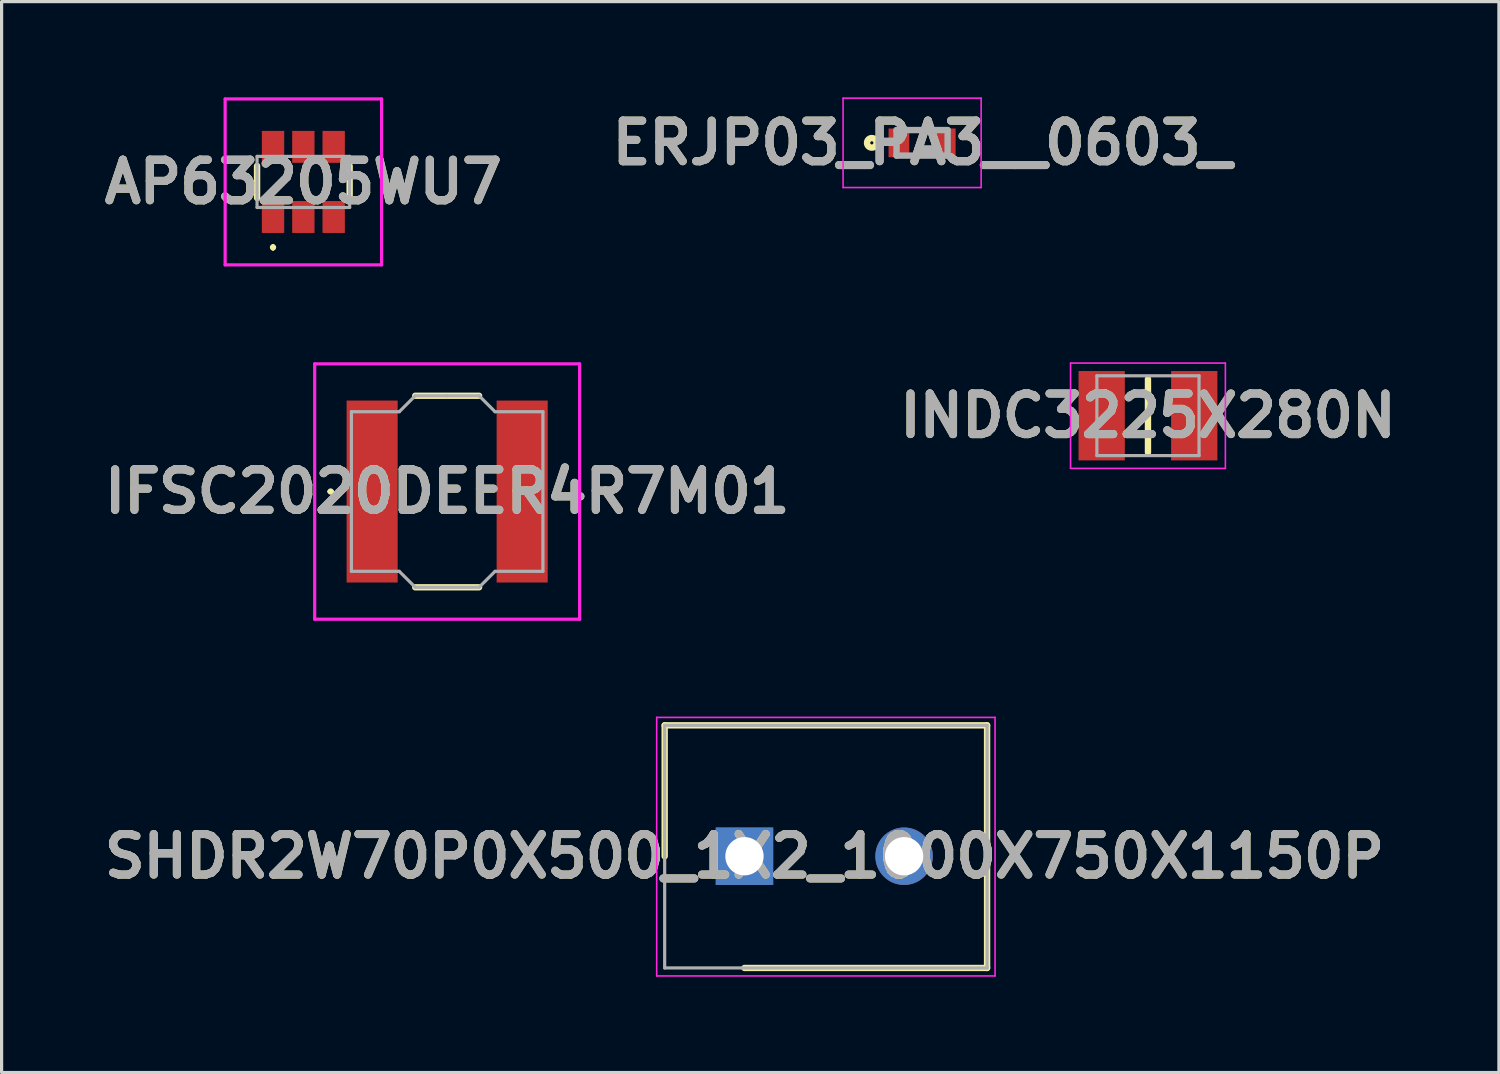
<source format=kicad_pcb>
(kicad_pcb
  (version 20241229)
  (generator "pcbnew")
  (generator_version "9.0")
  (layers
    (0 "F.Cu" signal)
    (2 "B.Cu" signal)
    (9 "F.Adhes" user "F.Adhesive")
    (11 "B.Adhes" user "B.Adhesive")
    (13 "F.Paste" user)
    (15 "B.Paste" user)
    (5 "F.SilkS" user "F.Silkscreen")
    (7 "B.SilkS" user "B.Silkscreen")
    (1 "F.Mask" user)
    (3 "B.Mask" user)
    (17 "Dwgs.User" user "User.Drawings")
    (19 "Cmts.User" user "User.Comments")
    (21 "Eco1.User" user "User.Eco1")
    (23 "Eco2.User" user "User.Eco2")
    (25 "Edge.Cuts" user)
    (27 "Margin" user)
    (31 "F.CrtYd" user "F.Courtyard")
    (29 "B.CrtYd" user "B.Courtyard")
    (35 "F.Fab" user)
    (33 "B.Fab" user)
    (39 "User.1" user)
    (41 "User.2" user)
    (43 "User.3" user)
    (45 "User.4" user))
  (footprint "AP63205WU7"
    (layer "F.Cu")
    (at 6.453 2.649)
    (property "Reference" "AP63205WU7" (at 0 0 0) (layer "F.SilkS") (effects (font (size 1.27 1.27) (thickness 0.254))))
    (attr smd)
    (fp_line (start -1.45 -0.5) (end -1.45 0.5) (stroke (width 0.2) (type solid)) (layer "F.SilkS"))
    (fp_line (start -0.95 2) (end -0.95 2) (stroke (width 0.1) (type solid)) (layer "F.SilkS"))
    (fp_line (start -0.95 2.1) (end -0.95 2.1) (stroke (width 0.1) (type solid)) (layer "F.SilkS"))
    (fp_line (start 1.45 -0.5) (end 1.45 0.5) (stroke (width 0.2) (type solid)) (layer "F.SilkS"))
    (fp_arc (start -0.95 2) (mid -0.9 2.05) (end -0.95 2.1) (stroke (width 0.1) (type solid)) (layer "F.SilkS"))
    (fp_arc (start -0.95 2.1) (mid -1 2.05) (end -0.95 2) (stroke (width 0.1) (type solid)) (layer "F.SilkS"))
    (fp_line (start -2.45 -2.599) (end 2.45 -2.599) (stroke (width 0.1) (type solid)) (layer "F.CrtYd"))
    (fp_line (start -2.45 2.599) (end -2.45 -2.599) (stroke (width 0.1) (type solid)) (layer "F.CrtYd"))
    (fp_line (start 2.45 -2.599) (end 2.45 2.599) (stroke (width 0.1) (type solid)) (layer "F.CrtYd"))
    (fp_line (start 2.45 2.599) (end -2.45 2.599) (stroke (width 0.1) (type solid)) (layer "F.CrtYd"))
    (fp_line (start -1.45 -0.8) (end 1.45 -0.8) (stroke (width 0.1) (type solid)) (layer "F.Fab"))
    (fp_line (start -1.45 0.8) (end -1.45 -0.8) (stroke (width 0.1) (type solid)) (layer "F.Fab"))
    (fp_line (start 1.45 -0.8) (end 1.45 0.8) (stroke (width 0.1) (type solid)) (layer "F.Fab"))
    (fp_line (start 1.45 0.8) (end -1.45 0.8) (stroke (width 0.1) (type solid)) (layer "F.Fab"))
    (fp_text user "${REFERENCE}" (at 0 0 0) (layer "F.Fab") (effects (font (size 1.27 1.27) (thickness 0.254))))
    (pad "1" smd rect (at -0.95 1.099) (size 0.7 1) (layers "F.Cu" "F.Mask" "F.Paste"))
    (pad "2" smd rect (at 0 1.099) (size 0.7 1) (layers "F.Cu" "F.Mask" "F.Paste"))
    (pad "3" smd rect (at 0.95 1.099) (size 0.7 1) (layers "F.Cu" "F.Mask" "F.Paste"))
    (pad "4" smd rect (at 0.95 -1.099) (size 0.7 1) (layers "F.Cu" "F.Mask" "F.Paste"))
    (pad "5" smd rect (at 0 -1.099) (size 0.7 1) (layers "F.Cu" "F.Mask" "F.Paste"))
    (pad "6" smd rect (at -0.95 -1.099) (size 0.7 1) (layers "F.Cu" "F.Mask" "F.Paste")))
  (footprint "SHDR2W70P0X500_1X2_1000X750X1150P"
    (layer "F.Cu")
    (at 20.272 23.773)
    (property "Reference" "SHDR2W70P0X500_1X2_1000X750X1150P" (at 0 0 0) (layer "F.SilkS") (effects (font (size 1.27 1.27) (thickness 0.254))))
    (attr through_hole)
    (fp_line (start -2.5 -4.1) (end -2.5 0) (stroke (width 0.2) (type solid)) (layer "F.SilkS"))
    (fp_line (start 0 3.5) (end 7.6 3.5) (stroke (width 0.2) (type solid)) (layer "F.SilkS"))
    (fp_line (start 7.6 -4.1) (end -2.5 -4.1) (stroke (width 0.2) (type solid)) (layer "F.SilkS"))
    (fp_line (start 7.6 3.5) (end 7.6 -4.1) (stroke (width 0.2) (type solid)) (layer "F.SilkS"))
    (fp_line (start -2.75 -4.35) (end 7.85 -4.35) (stroke (width 0.05) (type solid)) (layer "F.CrtYd"))
    (fp_line (start -2.75 3.75) (end -2.75 -4.35) (stroke (width 0.05) (type solid)) (layer "F.CrtYd"))
    (fp_line (start 7.85 -4.35) (end 7.85 3.75) (stroke (width 0.05) (type solid)) (layer "F.CrtYd"))
    (fp_line (start 7.85 3.75) (end -2.75 3.75) (stroke (width 0.05) (type solid)) (layer "F.CrtYd"))
    (fp_line (start -2.5 -4.1) (end 7.6 -4.1) (stroke (width 0.1) (type solid)) (layer "F.Fab"))
    (fp_line (start -2.5 3.5) (end -2.5 -4.1) (stroke (width 0.1) (type solid)) (layer "F.Fab"))
    (fp_line (start 7.6 -4.1) (end 7.6 3.5) (stroke (width 0.1) (type solid)) (layer "F.Fab"))
    (fp_line (start 7.6 3.5) (end -2.5 3.5) (stroke (width 0.1) (type solid)) (layer "F.Fab"))
    (fp_text user "${REFERENCE}" (at 0 0 0) (layer "F.Fab") (effects (font (size 1.27 1.27) (thickness 0.254))))
    (pad "1" thru_hole rect (at 0 0) (size 1.8 1.8) (drill 1.2) (layers "*.Cu" "*.Mask"))
    (pad "2" thru_hole circle (at 5 0) (size 1.8 1.8) (drill 1.2) (layers "*.Cu" "*.Mask")))
  (footprint "ERJP03_PA3__0603_"
    (layer "F.Cu")
    (at 25.836 1.425)
    (property "Reference" "ERJP03_PA3__0603_" (at 0 0 0) (layer "F.SilkS") (effects (font (size 1.27 1.27) (thickness 0.254))))
    (attr smd)
    (fp_circle (center -1.575 0) (end -1.575 0.05) (stroke (width 0.2) (type solid)) (fill no) (layer "F.SilkS"))
    (fp_line (start -2.475 -1.4) (end 1.85 -1.4) (stroke (width 0.05) (type solid)) (layer "F.CrtYd"))
    (fp_line (start -2.475 1.4) (end -2.475 -1.4) (stroke (width 0.05) (type solid)) (layer "F.CrtYd"))
    (fp_line (start 1.85 -1.4) (end 1.85 1.4) (stroke (width 0.05) (type solid)) (layer "F.CrtYd"))
    (fp_line (start 1.85 1.4) (end -2.475 1.4) (stroke (width 0.05) (type solid)) (layer "F.CrtYd"))
    (fp_line (start -0.8 -0.4) (end 0.8 -0.4) (stroke (width 0.2) (type solid)) (layer "F.Fab"))
    (fp_line (start -0.8 0.4) (end -0.8 -0.4) (stroke (width 0.2) (type solid)) (layer "F.Fab"))
    (fp_line (start 0.8 -0.4) (end 0.8 0.4) (stroke (width 0.2) (type solid)) (layer "F.Fab"))
    (fp_line (start 0.8 0.4) (end -0.8 0.4) (stroke (width 0.2) (type solid)) (layer "F.Fab"))
    (fp_text user "${REFERENCE}" (at 0 0 0) (layer "F.Fab") (effects (font (size 1.27 1.27) (thickness 0.254))))
    (pad "1" smd rect (at -0.725 0) (size 0.65 0.9) (layers "F.Cu" "F.Mask" "F.Paste"))
    (pad "2" smd rect (at 0.725 0) (size 0.65 0.9) (layers "F.Cu" "F.Mask" "F.Paste")))
  (footprint "INDC3225X280N"
    (layer "F.Cu")
    (at 32.912 9.973)
    (property "Reference" "INDC3225X280N" (at 0 0 0) (layer "F.SilkS") (effects (font (size 1.27 1.27) (thickness 0.254))))
    (attr smd)
    (fp_line (start 0 -1.15) (end 0 1.15) (stroke (width 0.2) (type solid)) (layer "F.SilkS"))
    (fp_line (start -2.425 -1.65) (end 2.425 -1.65) (stroke (width 0.05) (type solid)) (layer "F.CrtYd"))
    (fp_line (start -2.425 1.65) (end -2.425 -1.65) (stroke (width 0.05) (type solid)) (layer "F.CrtYd"))
    (fp_line (start 2.425 -1.65) (end 2.425 1.65) (stroke (width 0.05) (type solid)) (layer "F.CrtYd"))
    (fp_line (start 2.425 1.65) (end -2.425 1.65) (stroke (width 0.05) (type solid)) (layer "F.CrtYd"))
    (fp_line (start -1.6 -1.25) (end 1.6 -1.25) (stroke (width 0.1) (type solid)) (layer "F.Fab"))
    (fp_line (start -1.6 1.25) (end -1.6 -1.25) (stroke (width 0.1) (type solid)) (layer "F.Fab"))
    (fp_line (start 1.6 -1.25) (end 1.6 1.25) (stroke (width 0.1) (type solid)) (layer "F.Fab"))
    (fp_line (start 1.6 1.25) (end -1.6 1.25) (stroke (width 0.1) (type solid)) (layer "F.Fab"))
    (fp_text user "${REFERENCE}" (at 0 0 0) (layer "F.Fab") (effects (font (size 1.27 1.27) (thickness 0.254))))
    (pad "1" smd rect (at -1.45 0) (size 1.45 2.8) (layers "F.Cu" "F.Mask" "F.Paste"))
    (pad "2" smd rect (at 1.45 0) (size 1.45 2.8) (layers "F.Cu" "F.Mask" "F.Paste")))
  (footprint "IFSC2020DEER4R7M01"
    (layer "F.Cu")
    (at 10.958 12.348)
    (property "Reference" "IFSC2020DEER4R7M01" (at 0 0 0) (layer "F.SilkS") (effects (font (size 1.27 1.27) (thickness 0.254))))
    (attr smd)
    (fp_line (start -3.7 0) (end -3.7 0) (stroke (width 0.1) (type solid)) (layer "F.SilkS"))
    (fp_line (start -3.6 0) (end -3.6 0) (stroke (width 0.1) (type solid)) (layer "F.SilkS"))
    (fp_line (start -1 -3) (end 1 -3) (stroke (width 0.2) (type solid)) (layer "F.SilkS"))
    (fp_line (start -1 3) (end 1 3) (stroke (width 0.2) (type solid)) (layer "F.SilkS"))
    (fp_arc (start -3.7 0) (mid -3.65 -0.05) (end -3.6 0) (stroke (width 0.1) (type solid)) (layer "F.SilkS"))
    (fp_arc (start -3.6 0) (mid -3.65 0.05) (end -3.7 0) (stroke (width 0.1) (type solid)) (layer "F.SilkS"))
    (fp_line (start -4.15 -4) (end 4.15 -4) (stroke (width 0.1) (type solid)) (layer "F.CrtYd"))
    (fp_line (start -4.15 4) (end -4.15 -4) (stroke (width 0.1) (type solid)) (layer "F.CrtYd"))
    (fp_line (start 4.15 -4) (end 4.15 4) (stroke (width 0.1) (type solid)) (layer "F.CrtYd"))
    (fp_line (start 4.15 4) (end -4.15 4) (stroke (width 0.1) (type solid)) (layer "F.CrtYd"))
    (fp_line (start -3 -2.5) (end -3 2.5) (stroke (width 0.1) (type solid)) (layer "F.Fab"))
    (fp_line (start -3 2.5) (end -1.5 2.5) (stroke (width 0.1) (type solid)) (layer "F.Fab"))
    (fp_line (start -1.5 -2.5) (end -3 -2.5) (stroke (width 0.1) (type solid)) (layer "F.Fab"))
    (fp_line (start -1.5 2.5) (end -1 3) (stroke (width 0.1) (type solid)) (layer "F.Fab"))
    (fp_line (start -1 -3) (end -1.5 -2.5) (stroke (width 0.1) (type solid)) (layer "F.Fab"))
    (fp_line (start -1 3) (end 1 3) (stroke (width 0.1) (type solid)) (layer "F.Fab"))
    (fp_line (start 0 -3) (end -1 -3) (stroke (width 0.1) (type solid)) (layer "F.Fab"))
    (fp_line (start 1 -3) (end 0 -3) (stroke (width 0.1) (type solid)) (layer "F.Fab"))
    (fp_line (start 1 -3) (end 1 -3) (stroke (width 0.1) (type solid)) (layer "F.Fab"))
    (fp_line (start 1 3) (end 1.5 2.5) (stroke (width 0.1) (type solid)) (layer "F.Fab"))
    (fp_line (start 1.5 -2.5) (end 1 -3) (stroke (width 0.1) (type solid)) (layer "F.Fab"))
    (fp_line (start 1.5 2.5) (end 3 2.5) (stroke (width 0.1) (type solid)) (layer "F.Fab"))
    (fp_line (start 3 -2.5) (end 1.5 -2.5) (stroke (width 0.1) (type solid)) (layer "F.Fab"))
    (fp_line (start 3 2.5) (end 3 -2.5) (stroke (width 0.1) (type solid)) (layer "F.Fab"))
    (fp_text user "${REFERENCE}" (at 0 0 0) (layer "F.Fab") (effects (font (size 1.27 1.27) (thickness 0.254))))
    (pad "1" smd rect (at -2.35 0) (size 1.6 5.7) (layers "F.Cu" "F.Mask" "F.Paste"))
    (pad "2" smd rect (at 2.35 0) (size 1.6 5.7) (layers "F.Cu" "F.Mask" "F.Paste")))
  (gr_rect
    (start -3 -3)
    (end 43.906 30.548)
    (stroke (width 0.1) (type default))
    (fill no)
    (layer "Edge.Cuts")))
</source>
